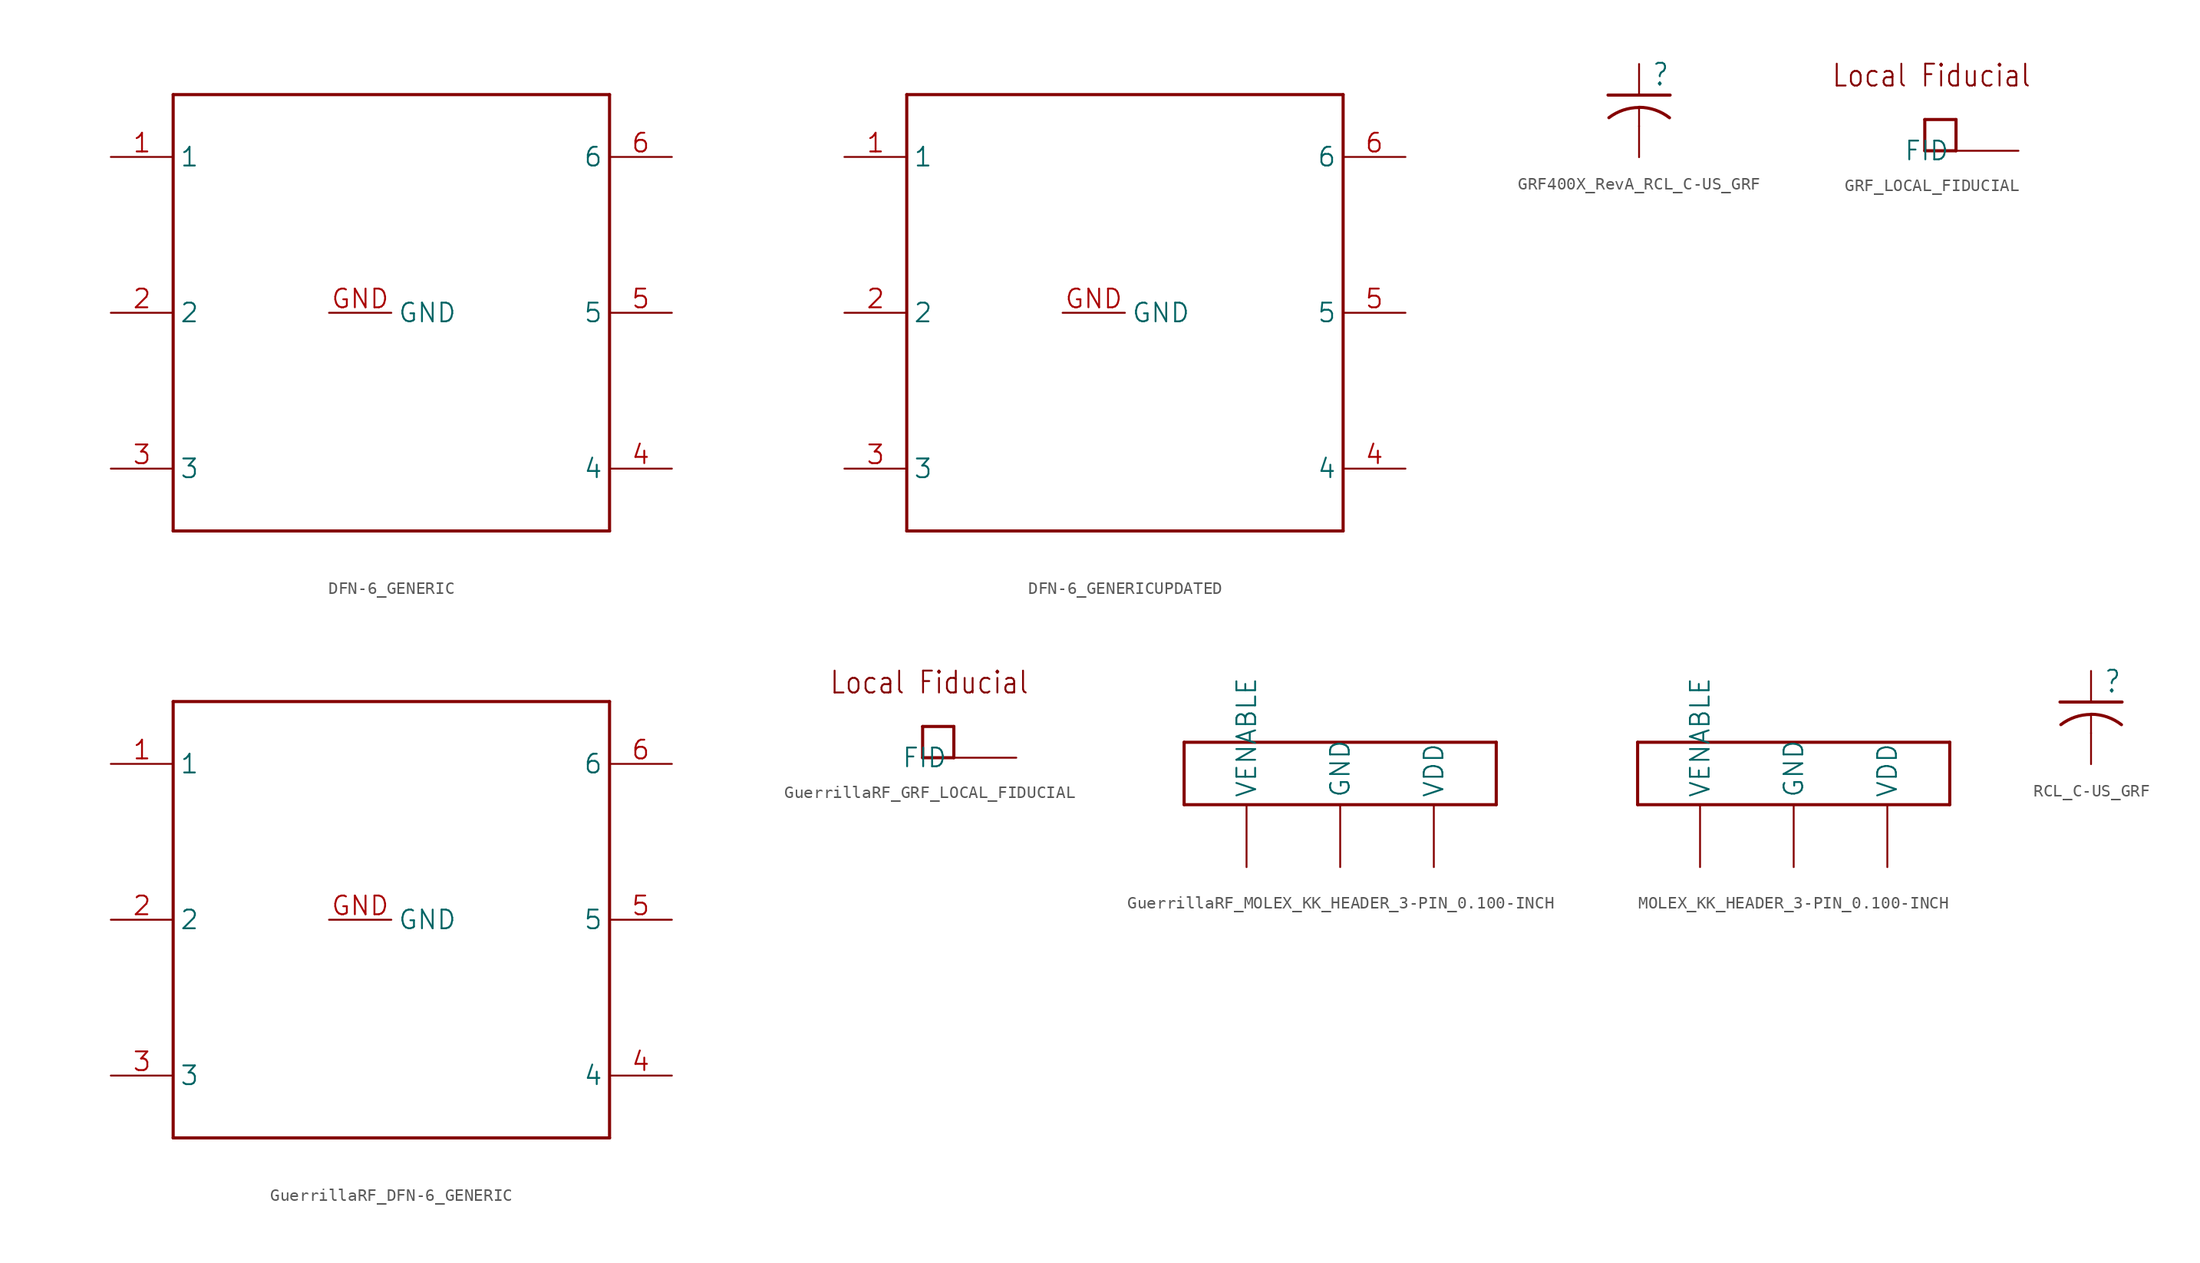
<source format=kicad_sym>
(kicad_symbol_lib
  (version 20241209)
  (generator "kicad_symbol_editor")
  (generator_version "9.0")
  (symbol "DFN-6_GENERIC"
    (property "Reference" ""
      (at 0 0 0)
      (effects (font (size 1.27 1.27)) (hide yes)))
    (property "ki_locked" ""
      (at 0 0 0)
      (effects (font (size 1.27 1.27))))
    (symbol "DFN-6_GENERIC_1_0"
      (polyline (pts (xy -17.78 17.78) (xy -17.78 -17.78)) (stroke (width 0.254) (type solid)) (fill (type none)))
      (polyline (pts (xy -17.78 -17.78) (xy 17.78 -17.78)) (stroke (width 0.254) (type solid)) (fill (type none)))
      (polyline (pts (xy 17.78 17.78) (xy -17.78 17.78)) (stroke (width 0.254) (type solid)) (fill (type none)))
      (polyline (pts (xy 17.78 -17.78) (xy 17.78 17.78)) (stroke (width 0.254) (type solid)) (fill (type none)))
      (pin bidirectional line (at -22.86 12.7 0) (length 5.08) (name "1" (effects (font (size 1.524 1.524)))) (number "1" (effects (font (size 1.524 1.524)))))
      (pin bidirectional line (at -22.86 0 0) (length 5.08) (name "2" (effects (font (size 1.524 1.524)))) (number "2" (effects (font (size 1.524 1.524)))))
      (pin bidirectional line (at -22.86 -12.7 0) (length 5.08) (name "3" (effects (font (size 1.524 1.524)))) (number "3" (effects (font (size 1.524 1.524)))))
      (pin bidirectional line (at -5.08 0 0) (length 5.08) (name "GND" (effects (font (size 1.524 1.524)))) (number "GND" (effects (font (size 1.524 1.524)))))
      (pin bidirectional line (at 22.86 12.7 180) (length 5.08) (name "6" (effects (font (size 1.524 1.524)))) (number "6" (effects (font (size 1.524 1.524)))))
      (pin bidirectional line (at 22.86 0 180) (length 5.08) (name "5" (effects (font (size 1.524 1.524)))) (number "5" (effects (font (size 1.524 1.524)))))
      (pin bidirectional line (at 22.86 -12.7 180) (length 5.08) (name "4" (effects (font (size 1.524 1.524)))) (number "4" (effects (font (size 1.524 1.524)))))))
  (symbol "DFN-6_GENERICUPDATED"
    (property "Reference" ""
      (at 0 0 0)
      (effects (font (size 1.27 1.27)) (hide yes)))
    (property "ki_locked" ""
      (at 0 0 0)
      (effects (font (size 1.27 1.27))))
    (symbol "DFN-6_GENERICUPDATED_1_0"
      (polyline (pts (xy -17.78 17.78) (xy -17.78 -17.78)) (stroke (width 0.254) (type solid)) (fill (type none)))
      (polyline (pts (xy -17.78 -17.78) (xy 17.78 -17.78)) (stroke (width 0.254) (type solid)) (fill (type none)))
      (polyline (pts (xy 17.78 17.78) (xy -17.78 17.78)) (stroke (width 0.254) (type solid)) (fill (type none)))
      (polyline (pts (xy 17.78 -17.78) (xy 17.78 17.78)) (stroke (width 0.254) (type solid)) (fill (type none)))
      (pin bidirectional line (at -22.86 12.7 0) (length 5.08) (name "1" (effects (font (size 1.524 1.524)))) (number "1" (effects (font (size 1.524 1.524)))))
      (pin bidirectional line (at -22.86 0 0) (length 5.08) (name "2" (effects (font (size 1.524 1.524)))) (number "2" (effects (font (size 1.524 1.524)))))
      (pin bidirectional line (at -22.86 -12.7 0) (length 5.08) (name "3" (effects (font (size 1.524 1.524)))) (number "3" (effects (font (size 1.524 1.524)))))
      (pin bidirectional line (at -5.08 0 0) (length 5.08) (name "GND" (effects (font (size 1.524 1.524)))) (number "GND" (effects (font (size 1.524 1.524)))))
      (pin bidirectional line (at 22.86 12.7 180) (length 5.08) (name "6" (effects (font (size 1.524 1.524)))) (number "6" (effects (font (size 1.524 1.524)))))
      (pin bidirectional line (at 22.86 0 180) (length 5.08) (name "5" (effects (font (size 1.524 1.524)))) (number "5" (effects (font (size 1.524 1.524)))))
      (pin bidirectional line (at 22.86 -12.7 180) (length 5.08) (name "4" (effects (font (size 1.524 1.524)))) (number "4" (effects (font (size 1.524 1.524)))))))
  (symbol "GRF400X_RevA_RCL_C-US_GRF"
    (property "Reference" ""
      (at 1.016 0.635 0)
      (effects (font (size 1.778 1.511)) (justify left bottom)))
    (property "Value" ""
      (at 1.016 -4.191 0)
      (effects (font (size 1.778 1.511)) (justify left bottom)))
    (property "ki_locked" ""
      (at 0 0 0)
      (effects (font (size 1.27 1.27))))
    (symbol "GRF400X_RevA_RCL_C-US_GRF_1_0"
      (polyline (pts (xy -2.54 0) (xy 2.54 0)) (stroke (width 0.254) (type solid)) (fill (type none)))
      (polyline (pts (xy 0 -1.016) (xy 0 -1.016)) (stroke (width 0.152) (type solid)) (fill (type none)))
      (polyline (pts (xy 0 -1.016) (xy 0 -2.54)) (stroke (width 0.152) (type solid)) (fill (type none)))
      (arc (start 0 -1) (mid 1.3158 -1.2195) (end 2.4892 -1.8541) (stroke (width 0.254) (type solid)) (fill (type none)))
      (arc (start -2.4668 -1.8504) (mid -1.302 -1.2303) (end 0 -1.0161) (stroke (width 0.254) (type solid)) (fill (type none)))
      (pin passive line (at 0 2.54 270) (length 2.54) (name "1" (effects (font (size 0 0)))) (number "1" (effects (font (size 0 0)))))
      (pin passive line (at 0 -5.08 90) (length 2.54) (name "2" (effects (font (size 0 0)))) (number "2" (effects (font (size 0 0)))))))
  (symbol "GRF_LOCAL_FIDUCIAL"
    (property "Reference" ""
      (at 0 0 0)
      (effects (font (size 1.27 1.27)) (hide yes)))
    (property "ki_locked" ""
      (at 0 0 0)
      (effects (font (size 1.27 1.27))))
    (symbol "GRF_LOCAL_FIDUCIAL_1_0"
      (polyline (pts (xy 0 2.54) (xy 0 0)) (stroke (width 0.254) (type solid)) (fill (type none)))
      (polyline (pts (xy 0 0) (xy 2.54 0)) (stroke (width 0.254) (type solid)) (fill (type none)))
      (polyline (pts (xy 2.54 2.54) (xy 0 2.54)) (stroke (width 0.254) (type solid)) (fill (type none)))
      (polyline (pts (xy 2.54 0) (xy 2.54 2.54)) (stroke (width 0.254) (type solid)) (fill (type none)))
      (text "Local Fiducial" (at -7.62 5.08 0) (effects (font (size 1.778 1.511)) (justify left bottom)))
      (pin bidirectional line (at 7.62 0 180) (length 5.08) (name "FID" (effects (font (size 1.524 1.524)))) (number "FID" (effects (font (size 0 0)))))))
  (symbol "GuerrillaRF_DFN-6_GENERIC"
    (property "Reference" ""
      (at 0 0 0)
      (effects (font (size 1.27 1.27)) (hide yes)))
    (property "ki_locked" ""
      (at 0 0 0)
      (effects (font (size 1.27 1.27))))
    (symbol "GuerrillaRF_DFN-6_GENERIC_1_0"
      (polyline (pts (xy -17.78 17.78) (xy -17.78 -17.78)) (stroke (width 0.254) (type solid)) (fill (type none)))
      (polyline (pts (xy -17.78 -17.78) (xy 17.78 -17.78)) (stroke (width 0.254) (type solid)) (fill (type none)))
      (polyline (pts (xy 17.78 17.78) (xy -17.78 17.78)) (stroke (width 0.254) (type solid)) (fill (type none)))
      (polyline (pts (xy 17.78 -17.78) (xy 17.78 17.78)) (stroke (width 0.254) (type solid)) (fill (type none)))
      (pin bidirectional line (at -22.86 12.7 0) (length 5.08) (name "1" (effects (font (size 1.524 1.524)))) (number "1" (effects (font (size 1.524 1.524)))))
      (pin bidirectional line (at -22.86 0 0) (length 5.08) (name "2" (effects (font (size 1.524 1.524)))) (number "2" (effects (font (size 1.524 1.524)))))
      (pin bidirectional line (at -22.86 -12.7 0) (length 5.08) (name "3" (effects (font (size 1.524 1.524)))) (number "3" (effects (font (size 1.524 1.524)))))
      (pin bidirectional line (at -5.08 0 0) (length 5.08) (name "GND" (effects (font (size 1.524 1.524)))) (number "GND" (effects (font (size 1.524 1.524)))))
      (pin bidirectional line (at 22.86 12.7 180) (length 5.08) (name "6" (effects (font (size 1.524 1.524)))) (number "6" (effects (font (size 1.524 1.524)))))
      (pin bidirectional line (at 22.86 0 180) (length 5.08) (name "5" (effects (font (size 1.524 1.524)))) (number "5" (effects (font (size 1.524 1.524)))))
      (pin bidirectional line (at 22.86 -12.7 180) (length 5.08) (name "4" (effects (font (size 1.524 1.524)))) (number "4" (effects (font (size 1.524 1.524)))))))
  (symbol "GuerrillaRF_GRF_LOCAL_FIDUCIAL"
    (property "Reference" ""
      (at 0 0 0)
      (effects (font (size 1.27 1.27)) (hide yes)))
    (property "ki_locked" ""
      (at 0 0 0)
      (effects (font (size 1.27 1.27))))
    (symbol "GuerrillaRF_GRF_LOCAL_FIDUCIAL_1_0"
      (polyline (pts (xy 0 2.54) (xy 0 0)) (stroke (width 0.254) (type solid)) (fill (type none)))
      (polyline (pts (xy 0 0) (xy 2.54 0)) (stroke (width 0.254) (type solid)) (fill (type none)))
      (polyline (pts (xy 2.54 2.54) (xy 0 2.54)) (stroke (width 0.254) (type solid)) (fill (type none)))
      (polyline (pts (xy 2.54 0) (xy 2.54 2.54)) (stroke (width 0.254) (type solid)) (fill (type none)))
      (text "Local Fiducial" (at -7.62 5.08 0) (effects (font (size 1.778 1.511)) (justify left bottom)))
      (pin bidirectional line (at 7.62 0 180) (length 5.08) (name "FID" (effects (font (size 1.524 1.524)))) (number "FID" (effects (font (size 0 0)))))))
  (symbol "GuerrillaRF_MOLEX_KK_HEADER_3-PIN_0.100-INCH"
    (property "Reference" ""
      (at 0 0 0)
      (effects (font (size 1.27 1.27)) (hide yes)))
    (property "ki_locked" ""
      (at 0 0 0)
      (effects (font (size 1.27 1.27))))
    (symbol "GuerrillaRF_MOLEX_KK_HEADER_3-PIN_0.100-INCH_1_0"
      (polyline (pts (xy -12.7 2.54) (xy -12.7 -2.54)) (stroke (width 0.254) (type solid)) (fill (type none)))
      (polyline (pts (xy -12.7 -2.54) (xy 12.7 -2.54)) (stroke (width 0.254) (type solid)) (fill (type none)))
      (polyline (pts (xy 12.7 2.54) (xy -12.7 2.54)) (stroke (width 0.254) (type solid)) (fill (type none)))
      (polyline (pts (xy 12.7 -2.54) (xy 12.7 2.54)) (stroke (width 0.254) (type solid)) (fill (type none)))
      (pin bidirectional line (at -7.62 -7.62 90) (length 5.08) (name "VENABLE" (effects (font (size 1.524 1.524)))) (number "VENABLE" (effects (font (size 0 0)))))
      (pin bidirectional line (at 0 -7.62 90) (length 5.08) (name "GND" (effects (font (size 1.524 1.524)))) (number "GND" (effects (font (size 0 0)))))
      (pin bidirectional line (at 7.62 -7.62 90) (length 5.08) (name "VDD" (effects (font (size 1.524 1.524)))) (number "VDD" (effects (font (size 0 0)))))))
  (symbol "MOLEX_KK_HEADER_3-PIN_0.100-INCH"
    (property "Reference" ""
      (at 0 0 0)
      (effects (font (size 1.27 1.27)) (hide yes)))
    (property "ki_locked" ""
      (at 0 0 0)
      (effects (font (size 1.27 1.27))))
    (symbol "MOLEX_KK_HEADER_3-PIN_0.100-INCH_1_0"
      (polyline (pts (xy -12.7 2.54) (xy -12.7 -2.54)) (stroke (width 0.254) (type solid)) (fill (type none)))
      (polyline (pts (xy -12.7 -2.54) (xy 12.7 -2.54)) (stroke (width 0.254) (type solid)) (fill (type none)))
      (polyline (pts (xy 12.7 2.54) (xy -12.7 2.54)) (stroke (width 0.254) (type solid)) (fill (type none)))
      (polyline (pts (xy 12.7 -2.54) (xy 12.7 2.54)) (stroke (width 0.254) (type solid)) (fill (type none)))
      (pin bidirectional line (at -7.62 -7.62 90) (length 5.08) (name "VENABLE" (effects (font (size 1.524 1.524)))) (number "VENABLE" (effects (font (size 0 0)))))
      (pin bidirectional line (at 0 -7.62 90) (length 5.08) (name "GND" (effects (font (size 1.524 1.524)))) (number "GND" (effects (font (size 0 0)))))
      (pin bidirectional line (at 7.62 -7.62 90) (length 5.08) (name "VDD" (effects (font (size 1.524 1.524)))) (number "VDD" (effects (font (size 0 0)))))))
  (symbol "RCL_C-US_GRF"
    (property "Reference" ""
      (at 1.016 0.635 0)
      (effects (font (size 1.778 1.511)) (justify left bottom)))
    (property "Value" ""
      (at 1.016 -4.191 0)
      (effects (font (size 1.778 1.511)) (justify left bottom)))
    (property "ki_locked" ""
      (at 0 0 0)
      (effects (font (size 1.27 1.27))))
    (symbol "RCL_C-US_GRF_1_0"
      (polyline (pts (xy -2.54 0) (xy 2.54 0)) (stroke (width 0.254) (type solid)) (fill (type none)))
      (arc (start 0 -1) (mid 1.3158 -1.2195) (end 2.4892 -1.8541) (stroke (width 0.254) (type solid)) (fill (type none)))
      (arc (start -2.4668 -1.8504) (mid -1.302 -1.2303) (end 0 -1.0161) (stroke (width 0.254) (type solid)) (fill (type none)))
      (polyline (pts (xy 0 -1.016) (xy 0 -1.016)) (stroke (width 0.152) (type solid)) (fill (type none)))
      (polyline (pts (xy 0 -1.016) (xy 0 -2.54)) (stroke (width 0.152) (type solid)) (fill (type none)))
      (pin passive line (at 0 2.54 270) (length 2.54) (name "1" (effects (font (size 0 0)))) (number "1" (effects (font (size 0 0)))))
      (pin passive line (at 0 -5.08 90) (length 2.54) (name "2" (effects (font (size 0 0)))) (number "2" (effects (font (size 0 0))))))))
</source>
